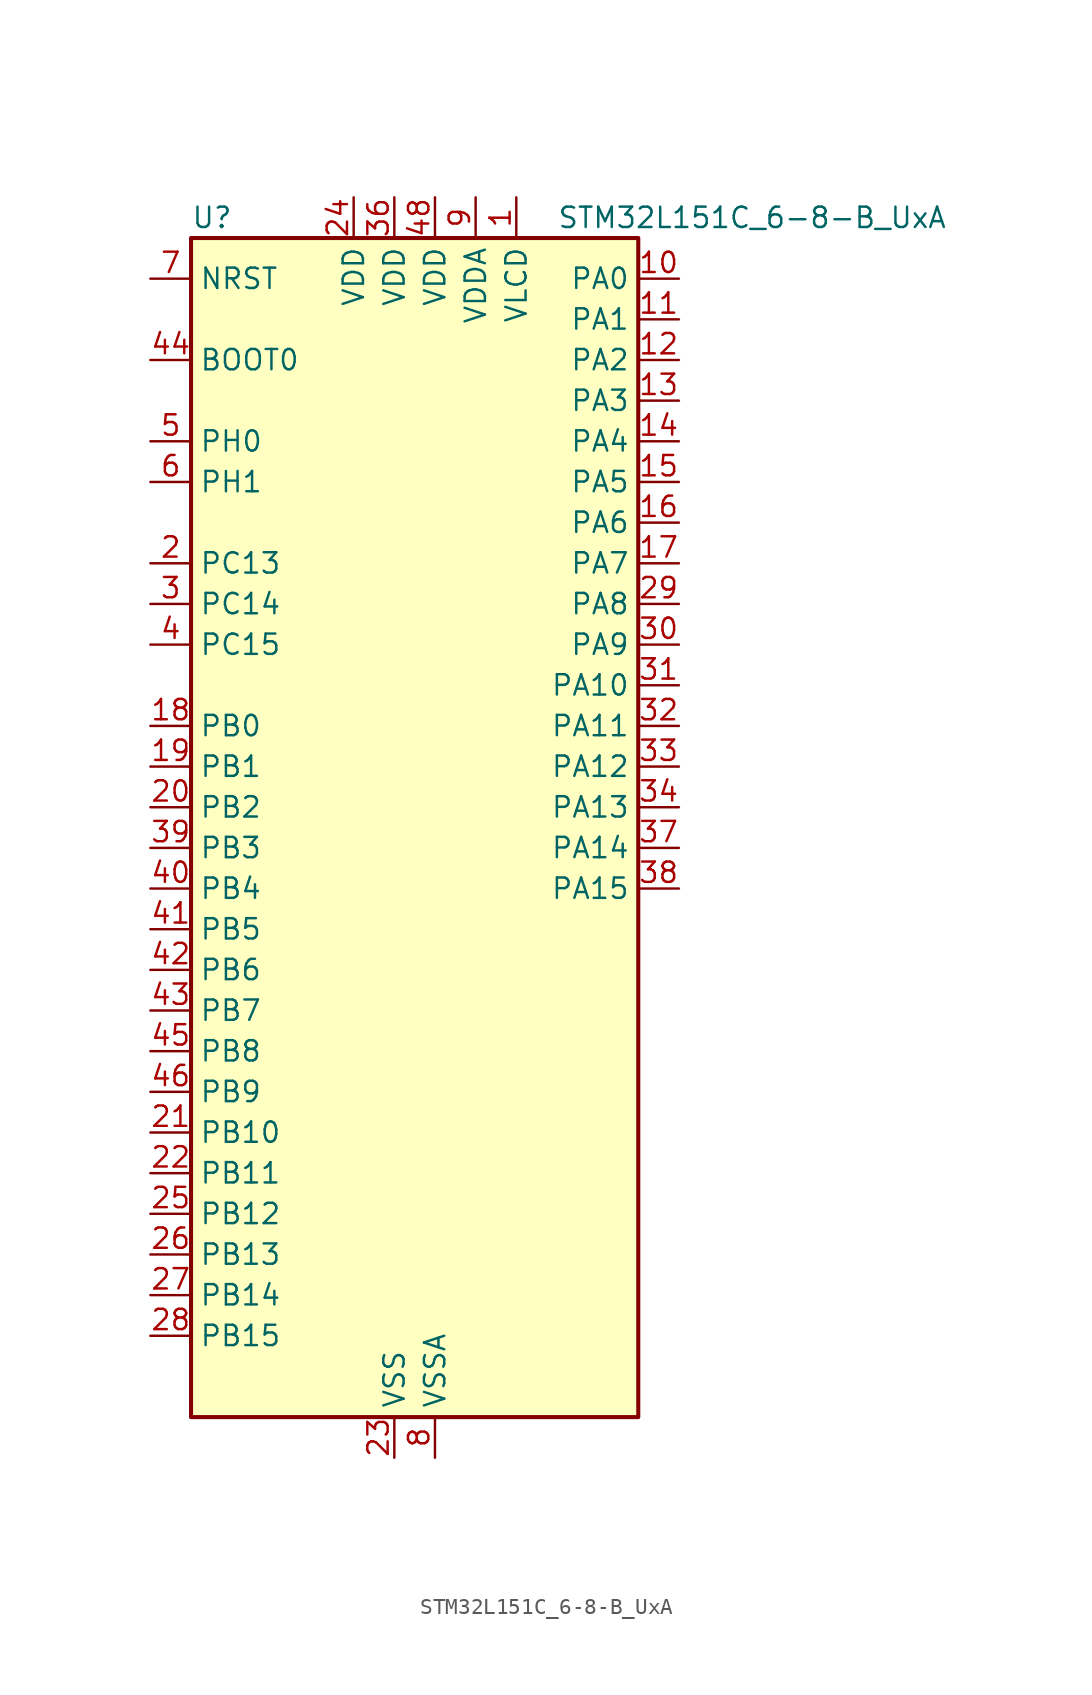
<source format=kicad_sym>
(kicad_symbol_lib
  (version 20231120)
  (generator "kicad_symbol_editor")
  (generator_version "8.0")
  (symbol "STM32L151C_6-8-B_UxA"
    (property "Reference" "U"
      (at -12.7 39.37 0)
      (effects (font (size 1.27 1.27)) (justify left)))
    (property "Value" "STM32L151C_6-8-B_UxA"
      (at 10.16 39.37 0)
      (effects (font (size 1.27 1.27)) (justify left)))
    (property "ki_locked" ""
      (at 0 0 0)
      (effects (font (size 1.27 1.27))))
    (symbol "STM32L151C_6-8-B_UxA_0_1"
      (rectangle (start -12.7 -35.56) (end 15.24 38.1) (stroke (width 0.254) (type default)) (fill (type background))))
    (symbol "STM32L151C_6-8-B_UxA_1_1"
      (pin power_in line (at 7.62 40.64 270) (length 2.54) (name "VLCD" (effects (font (size 1.27 1.27)))) (number "1" (effects (font (size 1.27 1.27)))))
      (pin bidirectional line (at 17.78 35.56 180) (length 2.54) (name "PA0" (effects (font (size 1.27 1.27)))) (number "10" (effects (font (size 1.27 1.27)))) (alternate "ADC_IN0" bidirectional line) (alternate "COMP1_INP" bidirectional line) (alternate "RTC_TAMP2" bidirectional line) (alternate "SYS_WKUP1" bidirectional line) (alternate "TIM2_CH1" bidirectional line) (alternate "TIM2_ETR" bidirectional line) (alternate "TIMX_IC1" bidirectional line) (alternate "TS_G1_IO1" bidirectional line) (alternate "USART2_CTS" bidirectional line))
      (pin bidirectional line (at 17.78 33.02 180) (length 2.54) (name "PA1" (effects (font (size 1.27 1.27)))) (number "11" (effects (font (size 1.27 1.27)))) (alternate "ADC_IN1" bidirectional line) (alternate "COMP1_INP" bidirectional line) (alternate "TIM2_CH2" bidirectional line) (alternate "TIMX_IC2" bidirectional line) (alternate "TS_G1_IO2" bidirectional line) (alternate "USART2_RTS" bidirectional line))
      (pin bidirectional line (at 17.78 30.48 180) (length 2.54) (name "PA2" (effects (font (size 1.27 1.27)))) (number "12" (effects (font (size 1.27 1.27)))) (alternate "ADC_IN2" bidirectional line) (alternate "COMP1_INP" bidirectional line) (alternate "TIM2_CH3" bidirectional line) (alternate "TIM9_CH1" bidirectional line) (alternate "TIMX_IC3" bidirectional line) (alternate "TS_G1_IO3" bidirectional line) (alternate "USART2_TX" bidirectional line))
      (pin bidirectional line (at 17.78 27.94 180) (length 2.54) (name "PA3" (effects (font (size 1.27 1.27)))) (number "13" (effects (font (size 1.27 1.27)))) (alternate "ADC_IN3" bidirectional line) (alternate "COMP1_INP" bidirectional line) (alternate "TIM2_CH4" bidirectional line) (alternate "TIM9_CH2" bidirectional line) (alternate "TIMX_IC4" bidirectional line) (alternate "TS_G1_IO4" bidirectional line) (alternate "USART2_RX" bidirectional line))
      (pin bidirectional line (at 17.78 25.4 180) (length 2.54) (name "PA4" (effects (font (size 1.27 1.27)))) (number "14" (effects (font (size 1.27 1.27)))) (alternate "ADC_IN4" bidirectional line) (alternate "COMP1_INP" bidirectional line) (alternate "DAC_OUT1" bidirectional line) (alternate "SPI1_NSS" bidirectional line) (alternate "TIMX_IC1" bidirectional line) (alternate "USART2_CK" bidirectional line))
      (pin bidirectional line (at 17.78 22.86 180) (length 2.54) (name "PA5" (effects (font (size 1.27 1.27)))) (number "15" (effects (font (size 1.27 1.27)))) (alternate "ADC_IN5" bidirectional line) (alternate "COMP1_INP" bidirectional line) (alternate "DAC_OUT2" bidirectional line) (alternate "SPI1_SCK" bidirectional line) (alternate "TIM2_CH1" bidirectional line) (alternate "TIM2_ETR" bidirectional line) (alternate "TIMX_IC2" bidirectional line))
      (pin bidirectional line (at 17.78 20.32 180) (length 2.54) (name "PA6" (effects (font (size 1.27 1.27)))) (number "16" (effects (font (size 1.27 1.27)))) (alternate "ADC_IN6" bidirectional line) (alternate "COMP1_INP" bidirectional line) (alternate "SPI1_MISO" bidirectional line) (alternate "TIM10_CH1" bidirectional line) (alternate "TIM3_CH1" bidirectional line) (alternate "TIMX_IC3" bidirectional line) (alternate "TS_G2_IO1" bidirectional line))
      (pin bidirectional line (at 17.78 17.78 180) (length 2.54) (name "PA7" (effects (font (size 1.27 1.27)))) (number "17" (effects (font (size 1.27 1.27)))) (alternate "ADC_IN7" bidirectional line) (alternate "COMP1_INP" bidirectional line) (alternate "SPI1_MOSI" bidirectional line) (alternate "TIM11_CH1" bidirectional line) (alternate "TIM3_CH2" bidirectional line) (alternate "TIMX_IC4" bidirectional line) (alternate "TS_G2_IO2" bidirectional line))
      (pin bidirectional line (at -15.24 7.62 0) (length 2.54) (name "PB0" (effects (font (size 1.27 1.27)))) (number "18" (effects (font (size 1.27 1.27)))) (alternate "ADC_IN8" bidirectional line) (alternate "COMP1_INP" bidirectional line) (alternate "SYS_V_REF_OUT" bidirectional line) (alternate "TIM3_CH3" bidirectional line) (alternate "TS_G3_IO1" bidirectional line))
      (pin bidirectional line (at -15.24 5.08 0) (length 2.54) (name "PB1" (effects (font (size 1.27 1.27)))) (number "19" (effects (font (size 1.27 1.27)))) (alternate "ADC_IN9" bidirectional line) (alternate "COMP1_INP" bidirectional line) (alternate "SYS_V_REF_OUT" bidirectional line) (alternate "TIM3_CH4" bidirectional line) (alternate "TS_G3_IO2" bidirectional line))
      (pin bidirectional line (at -15.24 17.78 0) (length 2.54) (name "PC13" (effects (font (size 1.27 1.27)))) (number "2" (effects (font (size 1.27 1.27)))) (alternate "RTC_OUT_ALARM" bidirectional line) (alternate "RTC_OUT_CALIB" bidirectional line) (alternate "RTC_TAMP1" bidirectional line) (alternate "RTC_TS" bidirectional line) (alternate "SYS_WKUP2" bidirectional line) (alternate "TIMX_IC2" bidirectional line))
      (pin bidirectional line (at -15.24 2.54 0) (length 2.54) (name "PB2" (effects (font (size 1.27 1.27)))) (number "20" (effects (font (size 1.27 1.27)))) (alternate "TS_G3_IO3" bidirectional line))
      (pin bidirectional line (at -15.24 -17.78 0) (length 2.54) (name "PB10" (effects (font (size 1.27 1.27)))) (number "21" (effects (font (size 1.27 1.27)))) (alternate "I2C2_SCL" bidirectional line) (alternate "TIM2_CH3" bidirectional line) (alternate "USART3_TX" bidirectional line))
      (pin bidirectional line (at -15.24 -20.32 0) (length 2.54) (name "PB11" (effects (font (size 1.27 1.27)))) (number "22" (effects (font (size 1.27 1.27)))) (alternate "ADC_EXTI11" bidirectional line) (alternate "I2C2_SDA" bidirectional line) (alternate "TIM2_CH4" bidirectional line) (alternate "USART3_RX" bidirectional line))
      (pin power_in line (at 0 -38.1 90) (length 2.54) (name "VSS" (effects (font (size 1.27 1.27)))) (number "23" (effects (font (size 1.27 1.27)))))
      (pin power_in line (at -2.54 40.64 270) (length 2.54) (name "VDD" (effects (font (size 1.27 1.27)))) (number "24" (effects (font (size 1.27 1.27)))))
      (pin bidirectional line (at -15.24 -22.86 0) (length 2.54) (name "PB12" (effects (font (size 1.27 1.27)))) (number "25" (effects (font (size 1.27 1.27)))) (alternate "ADC_IN18" bidirectional line) (alternate "COMP1_INP" bidirectional line) (alternate "I2C2_SMBA" bidirectional line) (alternate "SPI2_NSS" bidirectional line) (alternate "TIM10_CH1" bidirectional line) (alternate "TS_G7_IO1" bidirectional line) (alternate "USART3_CK" bidirectional line))
      (pin bidirectional line (at -15.24 -25.4 0) (length 2.54) (name "PB13" (effects (font (size 1.27 1.27)))) (number "26" (effects (font (size 1.27 1.27)))) (alternate "ADC_IN19" bidirectional line) (alternate "COMP1_INP" bidirectional line) (alternate "SPI2_SCK" bidirectional line) (alternate "TIM9_CH1" bidirectional line) (alternate "TS_G7_IO2" bidirectional line) (alternate "USART3_CTS" bidirectional line))
      (pin bidirectional line (at -15.24 -27.94 0) (length 2.54) (name "PB14" (effects (font (size 1.27 1.27)))) (number "27" (effects (font (size 1.27 1.27)))) (alternate "ADC_IN20" bidirectional line) (alternate "COMP1_INP" bidirectional line) (alternate "SPI2_MISO" bidirectional line) (alternate "TIM9_CH2" bidirectional line) (alternate "TS_G7_IO3" bidirectional line) (alternate "USART3_RTS" bidirectional line))
      (pin bidirectional line (at -15.24 -30.48 0) (length 2.54) (name "PB15" (effects (font (size 1.27 1.27)))) (number "28" (effects (font (size 1.27 1.27)))) (alternate "ADC_EXTI15" bidirectional line) (alternate "ADC_IN21" bidirectional line) (alternate "COMP1_INP" bidirectional line) (alternate "RTC_REFIN" bidirectional line) (alternate "SPI2_MOSI" bidirectional line) (alternate "TIM11_CH1" bidirectional line) (alternate "TS_G7_IO4" bidirectional line))
      (pin bidirectional line (at 17.78 15.24 180) (length 2.54) (name "PA8" (effects (font (size 1.27 1.27)))) (number "29" (effects (font (size 1.27 1.27)))) (alternate "RCC_MCO" bidirectional line) (alternate "TIMX_IC1" bidirectional line) (alternate "TS_G4_IO1" bidirectional line) (alternate "USART1_CK" bidirectional line))
      (pin bidirectional line (at -15.24 15.24 0) (length 2.54) (name "PC14" (effects (font (size 1.27 1.27)))) (number "3" (effects (font (size 1.27 1.27)))) (alternate "RCC_OSC32_IN" bidirectional line) (alternate "TIMX_IC3" bidirectional line))
      (pin bidirectional line (at 17.78 12.7 180) (length 2.54) (name "PA9" (effects (font (size 1.27 1.27)))) (number "30" (effects (font (size 1.27 1.27)))) (alternate "DAC_EXTI9" bidirectional line) (alternate "TIMX_IC2" bidirectional line) (alternate "TS_G4_IO2" bidirectional line) (alternate "USART1_TX" bidirectional line))
      (pin bidirectional line (at 17.78 10.16 180) (length 2.54) (name "PA10" (effects (font (size 1.27 1.27)))) (number "31" (effects (font (size 1.27 1.27)))) (alternate "TIMX_IC3" bidirectional line) (alternate "TS_G4_IO3" bidirectional line) (alternate "USART1_RX" bidirectional line))
      (pin bidirectional line (at 17.78 7.62 180) (length 2.54) (name "PA11" (effects (font (size 1.27 1.27)))) (number "32" (effects (font (size 1.27 1.27)))) (alternate "ADC_EXTI11" bidirectional line) (alternate "SPI1_MISO" bidirectional line) (alternate "TIMX_IC4" bidirectional line) (alternate "USART1_CTS" bidirectional line) (alternate "USB_DM" bidirectional line))
      (pin bidirectional line (at 17.78 5.08 180) (length 2.54) (name "PA12" (effects (font (size 1.27 1.27)))) (number "33" (effects (font (size 1.27 1.27)))) (alternate "SPI1_MOSI" bidirectional line) (alternate "TIMX_IC1" bidirectional line) (alternate "USART1_RTS" bidirectional line) (alternate "USB_DP" bidirectional line))
      (pin bidirectional line (at 17.78 2.54 180) (length 2.54) (name "PA13" (effects (font (size 1.27 1.27)))) (number "34" (effects (font (size 1.27 1.27)))) (alternate "SYS_JTMS-SWDIO" bidirectional line) (alternate "TIMX_IC2" bidirectional line) (alternate "TS_G5_IO1" bidirectional line))
      (pin passive line (at 0 -38.1 90) (length 2.54) hide (name "VSS" (effects (font (size 1.27 1.27)))) (number "35" (effects (font (size 1.27 1.27)))))
      (pin power_in line (at 0 40.64 270) (length 2.54) (name "VDD" (effects (font (size 1.27 1.27)))) (number "36" (effects (font (size 1.27 1.27)))))
      (pin bidirectional line (at 17.78 0 180) (length 2.54) (name "PA14" (effects (font (size 1.27 1.27)))) (number "37" (effects (font (size 1.27 1.27)))) (alternate "SYS_JTCK-SWCLK" bidirectional line) (alternate "TIMX_IC3" bidirectional line) (alternate "TS_G5_IO2" bidirectional line))
      (pin bidirectional line (at 17.78 -2.54 180) (length 2.54) (name "PA15" (effects (font (size 1.27 1.27)))) (number "38" (effects (font (size 1.27 1.27)))) (alternate "ADC_EXTI15" bidirectional line) (alternate "SPI1_NSS" bidirectional line) (alternate "SYS_JTDI" bidirectional line) (alternate "TIM2_CH1" bidirectional line) (alternate "TIM2_ETR" bidirectional line) (alternate "TIMX_IC4" bidirectional line) (alternate "TS_G5_IO3" bidirectional line))
      (pin bidirectional line (at -15.24 0 0) (length 2.54) (name "PB3" (effects (font (size 1.27 1.27)))) (number "39" (effects (font (size 1.27 1.27)))) (alternate "COMP2_INM" bidirectional line) (alternate "SPI1_SCK" bidirectional line) (alternate "SYS_JTDO-TRACESWO" bidirectional line) (alternate "TIM2_CH2" bidirectional line))
      (pin bidirectional line (at -15.24 12.7 0) (length 2.54) (name "PC15" (effects (font (size 1.27 1.27)))) (number "4" (effects (font (size 1.27 1.27)))) (alternate "ADC_EXTI15" bidirectional line) (alternate "RCC_OSC32_OUT" bidirectional line) (alternate "TIMX_IC4" bidirectional line))
      (pin bidirectional line (at -15.24 -2.54 0) (length 2.54) (name "PB4" (effects (font (size 1.27 1.27)))) (number "40" (effects (font (size 1.27 1.27)))) (alternate "COMP2_INP" bidirectional line) (alternate "SPI1_MISO" bidirectional line) (alternate "SYS_JTRST" bidirectional line) (alternate "TIM3_CH1" bidirectional line) (alternate "TS_G6_IO1" bidirectional line))
      (pin bidirectional line (at -15.24 -5.08 0) (length 2.54) (name "PB5" (effects (font (size 1.27 1.27)))) (number "41" (effects (font (size 1.27 1.27)))) (alternate "COMP2_INP" bidirectional line) (alternate "I2C1_SMBA" bidirectional line) (alternate "SPI1_MOSI" bidirectional line) (alternate "TIM3_CH2" bidirectional line) (alternate "TS_G6_IO2" bidirectional line))
      (pin bidirectional line (at -15.24 -7.62 0) (length 2.54) (name "PB6" (effects (font (size 1.27 1.27)))) (number "42" (effects (font (size 1.27 1.27)))) (alternate "I2C1_SCL" bidirectional line) (alternate "TIM4_CH1" bidirectional line) (alternate "TS_G6_IO3" bidirectional line) (alternate "USART1_TX" bidirectional line))
      (pin bidirectional line (at -15.24 -10.16 0) (length 2.54) (name "PB7" (effects (font (size 1.27 1.27)))) (number "43" (effects (font (size 1.27 1.27)))) (alternate "I2C1_SDA" bidirectional line) (alternate "SYS_PVD_IN" bidirectional line) (alternate "TIM4_CH2" bidirectional line) (alternate "TS_G6_IO4" bidirectional line) (alternate "USART1_RX" bidirectional line))
      (pin input line (at -15.24 30.48 0) (length 2.54) (name "BOOT0" (effects (font (size 1.27 1.27)))) (number "44" (effects (font (size 1.27 1.27)))))
      (pin bidirectional line (at -15.24 -12.7 0) (length 2.54) (name "PB8" (effects (font (size 1.27 1.27)))) (number "45" (effects (font (size 1.27 1.27)))) (alternate "I2C1_SCL" bidirectional line) (alternate "TIM10_CH1" bidirectional line) (alternate "TIM4_CH3" bidirectional line))
      (pin bidirectional line (at -15.24 -15.24 0) (length 2.54) (name "PB9" (effects (font (size 1.27 1.27)))) (number "46" (effects (font (size 1.27 1.27)))) (alternate "DAC_EXTI9" bidirectional line) (alternate "I2C1_SDA" bidirectional line) (alternate "TIM11_CH1" bidirectional line) (alternate "TIM4_CH4" bidirectional line))
      (pin passive line (at 0 -38.1 90) (length 2.54) hide (name "VSS" (effects (font (size 1.27 1.27)))) (number "47" (effects (font (size 1.27 1.27)))))
      (pin power_in line (at 2.54 40.64 270) (length 2.54) (name "VDD" (effects (font (size 1.27 1.27)))) (number "48" (effects (font (size 1.27 1.27)))))
      (pin passive line (at 0 -38.1 90) (length 2.54) hide (name "VSS" (effects (font (size 1.27 1.27)))) (number "49" (effects (font (size 1.27 1.27)))))
      (pin bidirectional line (at -15.24 25.4 0) (length 2.54) (name "PH0" (effects (font (size 1.27 1.27)))) (number "5" (effects (font (size 1.27 1.27)))) (alternate "RCC_OSC_IN" bidirectional line))
      (pin bidirectional line (at -15.24 22.86 0) (length 2.54) (name "PH1" (effects (font (size 1.27 1.27)))) (number "6" (effects (font (size 1.27 1.27)))) (alternate "RCC_OSC_OUT" bidirectional line))
      (pin input line (at -15.24 35.56 0) (length 2.54) (name "NRST" (effects (font (size 1.27 1.27)))) (number "7" (effects (font (size 1.27 1.27)))))
      (pin power_in line (at 2.54 -38.1 90) (length 2.54) (name "VSSA" (effects (font (size 1.27 1.27)))) (number "8" (effects (font (size 1.27 1.27)))))
      (pin power_in line (at 5.08 40.64 270) (length 2.54) (name "VDDA" (effects (font (size 1.27 1.27)))) (number "9" (effects (font (size 1.27 1.27))))))))
</source>
